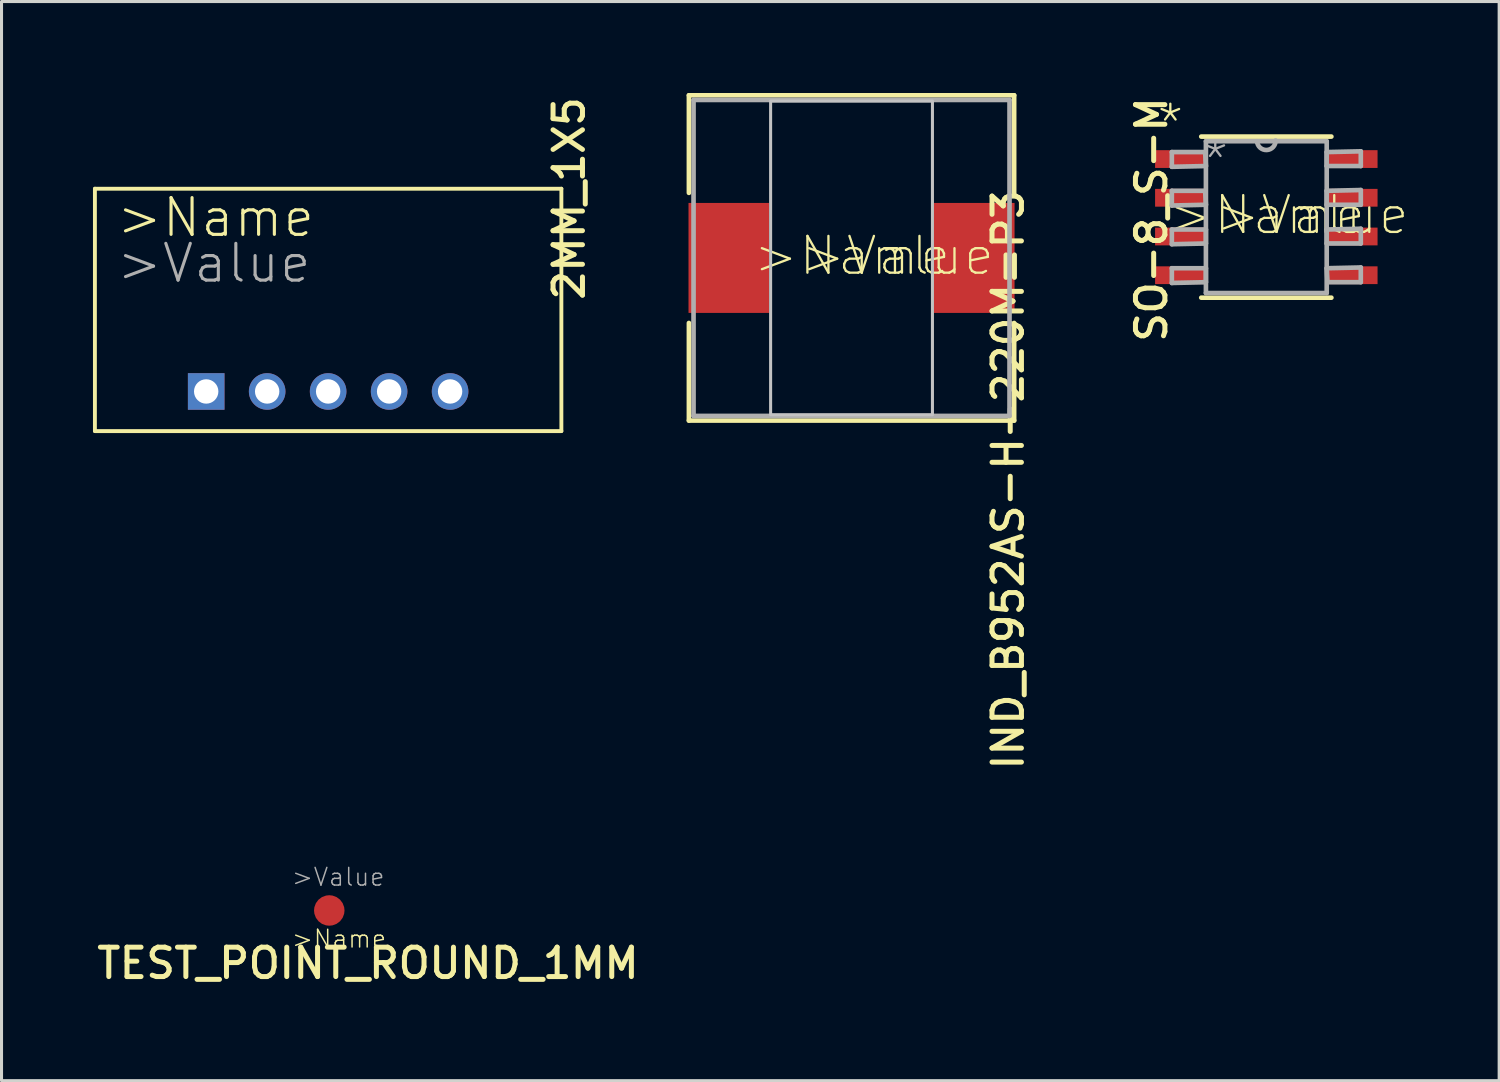
<source format=kicad_pcb>
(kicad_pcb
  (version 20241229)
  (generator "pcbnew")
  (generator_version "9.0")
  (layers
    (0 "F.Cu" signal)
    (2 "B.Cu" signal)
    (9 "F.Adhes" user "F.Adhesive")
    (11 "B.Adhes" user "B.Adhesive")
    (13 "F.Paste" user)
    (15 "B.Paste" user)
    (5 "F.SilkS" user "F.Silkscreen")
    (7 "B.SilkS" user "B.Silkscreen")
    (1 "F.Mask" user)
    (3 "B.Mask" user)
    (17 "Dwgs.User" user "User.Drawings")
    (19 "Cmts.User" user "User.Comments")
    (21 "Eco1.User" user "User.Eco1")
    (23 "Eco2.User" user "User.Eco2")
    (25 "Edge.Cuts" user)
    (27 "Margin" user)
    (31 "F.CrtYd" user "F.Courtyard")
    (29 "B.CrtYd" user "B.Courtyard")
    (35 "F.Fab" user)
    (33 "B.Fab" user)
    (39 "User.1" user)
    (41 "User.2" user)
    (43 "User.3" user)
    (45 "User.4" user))
  (footprint "TEST_POINT_ROUND_1MM"
    (layer "F.Cu")
    (at 7.75 26.813)
    (property "Reference" "TEST_POINT_ROUND_1MM" (at 1.27 1.73 0) (layer "F.SilkS") (effects (font (size 0.965 0.965) (thickness 0.164))))
    (attr through_hole)
    (fp_text user ">Name" (at -1.27 1.27 0) (layer "F.SilkS") (effects (font (size 0.579 0.579) (thickness 0.049)) (justify left bottom)))
    (fp_text user ">Value" (at -1.27 -0.76 0) (layer "F.Fab") (effects (font (size 0.579 0.579) (thickness 0.049)) (justify left bottom)))
    (pad "1" smd roundrect (at 0 0) (size 1 1) (layers "F.Cu" "F.Mask" "F.Paste") (roundrect_rratio 0.5)))
  (footprint "SO-8_S-M"
    (layer "F.Cu")
    (at 38.485 4.072)
    (property "Reference" "SO-8_S-M" (at -3.765 0.077 90) (layer "F.SilkS") (effects (font (size 0.965 0.965) (thickness 0.164))))
    (attr through_hole)
    (fp_line (start -2.134 2.642) (end 2.134 2.642) (stroke (width 0.152) (type solid)) (layer "F.SilkS"))
    (fp_line (start 2.134 -2.642) (end -2.134 -2.642) (stroke (width 0.152) (type solid)) (layer "F.SilkS"))
    (fp_line (start -3.099 -2.134) (end -3.099 -1.651) (stroke (width 0.152) (type solid)) (layer "F.Fab"))
    (fp_line (start -3.099 -1.651) (end -1.981 -1.676) (stroke (width 0.152) (type solid)) (layer "F.Fab"))
    (fp_line (start -3.099 -0.864) (end -3.099 -0.381) (stroke (width 0.152) (type solid)) (layer "F.Fab"))
    (fp_line (start -3.099 -0.381) (end -1.981 -0.406) (stroke (width 0.152) (type solid)) (layer "F.Fab"))
    (fp_line (start -3.099 0.406) (end -3.099 0.889) (stroke (width 0.152) (type solid)) (layer "F.Fab"))
    (fp_line (start -3.099 0.889) (end -1.981 0.864) (stroke (width 0.152) (type solid)) (layer "F.Fab"))
    (fp_line (start -3.099 1.676) (end -3.099 2.159) (stroke (width 0.152) (type solid)) (layer "F.Fab"))
    (fp_line (start -3.099 2.159) (end -1.981 2.134) (stroke (width 0.152) (type solid)) (layer "F.Fab"))
    (fp_line (start -2.007 -2.134) (end -3.099 -2.134) (stroke (width 0.152) (type solid)) (layer "F.Fab"))
    (fp_line (start -2.007 -0.864) (end -3.099 -0.864) (stroke (width 0.152) (type solid)) (layer "F.Fab"))
    (fp_line (start -1.981 -2.489) (end -1.981 2.489) (stroke (width 0.152) (type solid)) (layer "F.Fab"))
    (fp_line (start -1.981 -1.676) (end -2.007 -2.134) (stroke (width 0.152) (type solid)) (layer "F.Fab"))
    (fp_line (start -1.981 -0.406) (end -2.007 -0.864) (stroke (width 0.152) (type solid)) (layer "F.Fab"))
    (fp_line (start -1.981 0.406) (end -3.099 0.406) (stroke (width 0.152) (type solid)) (layer "F.Fab"))
    (fp_line (start -1.981 0.864) (end -1.981 0.406) (stroke (width 0.152) (type solid)) (layer "F.Fab"))
    (fp_line (start -1.981 1.676) (end -3.099 1.676) (stroke (width 0.152) (type solid)) (layer "F.Fab"))
    (fp_line (start -1.981 2.134) (end -1.981 1.676) (stroke (width 0.152) (type solid)) (layer "F.Fab"))
    (fp_line (start -1.981 2.489) (end 1.981 2.489) (stroke (width 0.152) (type solid)) (layer "F.Fab"))
    (fp_line (start -0.305 -2.489) (end -1.981 -2.489) (stroke (width 0.152) (type solid)) (layer "F.Fab"))
    (fp_line (start 1.981 -2.489) (end -0.305 -2.489) (stroke (width 0.152) (type solid)) (layer "F.Fab"))
    (fp_line (start 1.981 -2.134) (end 1.981 -1.676) (stroke (width 0.152) (type solid)) (layer "F.Fab"))
    (fp_line (start 1.981 -1.676) (end 3.099 -1.676) (stroke (width 0.152) (type solid)) (layer "F.Fab"))
    (fp_line (start 1.981 -0.864) (end 1.981 -0.406) (stroke (width 0.152) (type solid)) (layer "F.Fab"))
    (fp_line (start 1.981 -0.406) (end 3.099 -0.406) (stroke (width 0.152) (type solid)) (layer "F.Fab"))
    (fp_line (start 1.981 0.406) (end 1.981 0.864) (stroke (width 0.152) (type solid)) (layer "F.Fab"))
    (fp_line (start 1.981 0.864) (end 3.099 0.864) (stroke (width 0.152) (type solid)) (layer "F.Fab"))
    (fp_line (start 1.981 1.676) (end 2.007 2.134) (stroke (width 0.152) (type solid)) (layer "F.Fab"))
    (fp_line (start 1.981 2.489) (end 1.981 -2.489) (stroke (width 0.152) (type solid)) (layer "F.Fab"))
    (fp_line (start 2.007 2.134) (end 3.099 2.134) (stroke (width 0.152) (type solid)) (layer "F.Fab"))
    (fp_line (start 3.099 -2.159) (end 1.981 -2.134) (stroke (width 0.152) (type solid)) (layer "F.Fab"))
    (fp_line (start 3.099 -1.676) (end 3.099 -2.159) (stroke (width 0.152) (type solid)) (layer "F.Fab"))
    (fp_line (start 3.099 -0.889) (end 1.981 -0.864) (stroke (width 0.152) (type solid)) (layer "F.Fab"))
    (fp_line (start 3.099 -0.406) (end 3.099 -0.889) (stroke (width 0.152) (type solid)) (layer "F.Fab"))
    (fp_line (start 3.099 0.381) (end 1.981 0.406) (stroke (width 0.152) (type solid)) (layer "F.Fab"))
    (fp_line (start 3.099 0.864) (end 3.099 0.381) (stroke (width 0.152) (type solid)) (layer "F.Fab"))
    (fp_line (start 3.099 1.651) (end 1.981 1.676) (stroke (width 0.152) (type solid)) (layer "F.Fab"))
    (fp_line (start 3.099 2.134) (end 3.099 1.651) (stroke (width 0.152) (type solid)) (layer "F.Fab"))
    (fp_arc (start 0.3048 -2.5146) (mid 0.0127 -2.1971) (end -0.3048 -2.4892) (stroke (width 0.1524) (type solid)) (layer "F.Fab"))
    (fp_text user ">Name" (at -3.277 0.635 0) (layer "F.SilkS") (effects (font (size 1.206 1.206) (thickness 0.076)) (justify left bottom)))
    (fp_text user "*" (at -3.658 -2.362 0) (layer "F.SilkS") (effects (font (size 1.206 1.206) (thickness 0.076)) (justify left bottom)))
    (fp_text user ">Value" (at -1.727 0.635 0) (layer "F.SilkS") (effects (font (size 1.206 1.206) (thickness 0.076)) (justify left bottom)))
    (fp_text user "*" (at -2.184 -1.168 0) (layer "F.Fab") (effects (font (size 1.206 1.206) (thickness 0.076)) (justify left bottom)))
    (pad "1" smd rect (at -2.821 -1.905) (size 1.655 0.583) (layers "F.Cu" "F.Mask" "F.Paste"))
    (pad "2" smd rect (at -2.821 -0.635) (size 1.655 0.583) (layers "F.Cu" "F.Mask" "F.Paste"))
    (pad "3" smd rect (at -2.821 0.635) (size 1.655 0.583) (layers "F.Cu" "F.Mask" "F.Paste"))
    (pad "4" smd rect (at -2.821 1.905) (size 1.655 0.583) (layers "F.Cu" "F.Mask" "F.Paste"))
    (pad "5" smd rect (at 2.821 1.905) (size 1.655 0.583) (layers "F.Cu" "F.Mask" "F.Paste"))
    (pad "6" smd rect (at 2.821 0.635) (size 1.655 0.583) (layers "F.Cu" "F.Mask" "F.Paste"))
    (pad "7" smd rect (at 2.821 -0.635) (size 1.655 0.583) (layers "F.Cu" "F.Mask" "F.Paste"))
    (pad "8" smd rect (at 2.821 -1.905) (size 1.655 0.583) (layers "F.Cu" "F.Mask" "F.Paste")))
  (footprint "IND_B952AS-H-220M=P3"
    (layer "F.Cu")
    (at 24.88 5.41)
    (property "Reference" "IND_B952AS-H-220M=P3" (at 5.135 7.277 90) (layer "F.SilkS") (effects (font (size 0.965 0.965) (thickness 0.164))))
    (attr through_hole)
    (fp_line (start -5.334 -5.334) (end -5.334 -2.134) (stroke (width 0.152) (type solid)) (layer "F.SilkS"))
    (fp_line (start -5.334 2.134) (end -5.334 5.334) (stroke (width 0.152) (type solid)) (layer "F.SilkS"))
    (fp_line (start -5.334 5.334) (end 5.334 5.334) (stroke (width 0.152) (type solid)) (layer "F.SilkS"))
    (fp_line (start 5.334 -5.334) (end -5.334 -5.334) (stroke (width 0.152) (type solid)) (layer "F.SilkS"))
    (fp_line (start 5.334 -2.134) (end 5.334 -5.334) (stroke (width 0.152) (type solid)) (layer "F.SilkS"))
    (fp_line (start 5.334 5.334) (end 5.334 2.134) (stroke (width 0.152) (type solid)) (layer "F.SilkS"))
    (fp_poly (pts (xy -2.654 -5.144) (xy 2.654 -5.144) (xy 2.654 5.144) (xy -2.654 5.144)) (stroke (width 0.1) (type solid)) (fill no) (layer "Dwgs.User"))
    (fp_line (start -5.182 -5.182) (end -5.182 5.182) (stroke (width 0.152) (type solid)) (layer "F.Fab"))
    (fp_line (start -5.182 5.182) (end 5.182 5.182) (stroke (width 0.152) (type solid)) (layer "F.Fab"))
    (fp_line (start 5.182 -5.182) (end -5.182 -5.182) (stroke (width 0.152) (type solid)) (layer "F.Fab"))
    (fp_line (start 5.182 5.182) (end 5.182 -5.182) (stroke (width 0.152) (type solid)) (layer "F.Fab"))
    (fp_text user ">Value" (at -1.727 0.635 0) (layer "F.SilkS") (effects (font (size 1.206 1.206) (thickness 0.076)) (justify left bottom)))
    (fp_text user ">Name" (at -3.277 0.635 0) (layer "F.SilkS") (effects (font (size 1.206 1.206) (thickness 0.076)) (justify left bottom)))
    (pad "1" smd rect (at -4.026 0) (size 2.642 3.607) (layers "F.Cu" "F.Mask" "F.Paste"))
    (pad "2" smd rect (at 4.026 0) (size 2.642 3.607) (layers "F.Cu" "F.Mask" "F.Paste")))
  (footprint "2MM_1X5"
    (layer "F.Cu")
    (at 7.713 9.79)
    (property "Reference" "2MM_1X5" (at 7.904 -6.331 270) (layer "F.SilkS") (effects (font (size 0.965 0.965) (thickness 0.164))))
    (attr through_hole)
    (fp_line (start -7.65 -6.65) (end 7.65 -6.65) (stroke (width 0.127) (type solid)) (layer "F.SilkS"))
    (fp_line (start -7.65 1.3) (end -7.65 -6.65) (stroke (width 0.127) (type solid)) (layer "F.SilkS"))
    (fp_line (start -7.65 1.3) (end 7.65 1.3) (stroke (width 0.127) (type solid)) (layer "F.SilkS"))
    (fp_line (start 7.65 -6.65) (end 7.65 1.3) (stroke (width 0.127) (type solid)) (layer "F.SilkS"))
    (fp_text user ">Name" (at -7 -5 0) (layer "F.SilkS") (effects (font (size 1.206 1.206) (thickness 0.102)) (justify left bottom)))
    (fp_text user ">Value" (at -7 -3.5 0) (layer "F.Fab") (effects (font (size 1.206 1.206) (thickness 0.102)) (justify left bottom)))
    (pad "P$1" thru_hole rect (at -4 0) (size 1.2 1.2) (drill 0.8) (layers "*.Cu" "*.Mask"))
    (pad "P$2" thru_hole circle (at -2 0) (size 1.2 1.2) (drill 0.8) (layers "*.Cu" "*.Mask"))
    (pad "P$3" thru_hole circle (at 0 0) (size 1.2 1.2) (drill 0.8) (layers "*.Cu" "*.Mask"))
    (pad "P$4" thru_hole circle (at 2 0) (size 1.2 1.2) (drill 0.8) (layers "*.Cu" "*.Mask"))
    (pad "P$5" thru_hole circle (at 4 0) (size 1.2 1.2) (drill 0.8) (layers "*.Cu" "*.Mask")))
  (gr_rect
    (start -3 -3)
    (end 46.122 32.396)
    (stroke (width 0.1) (type default))
    (fill no)
    (layer "Edge.Cuts")))
</source>
